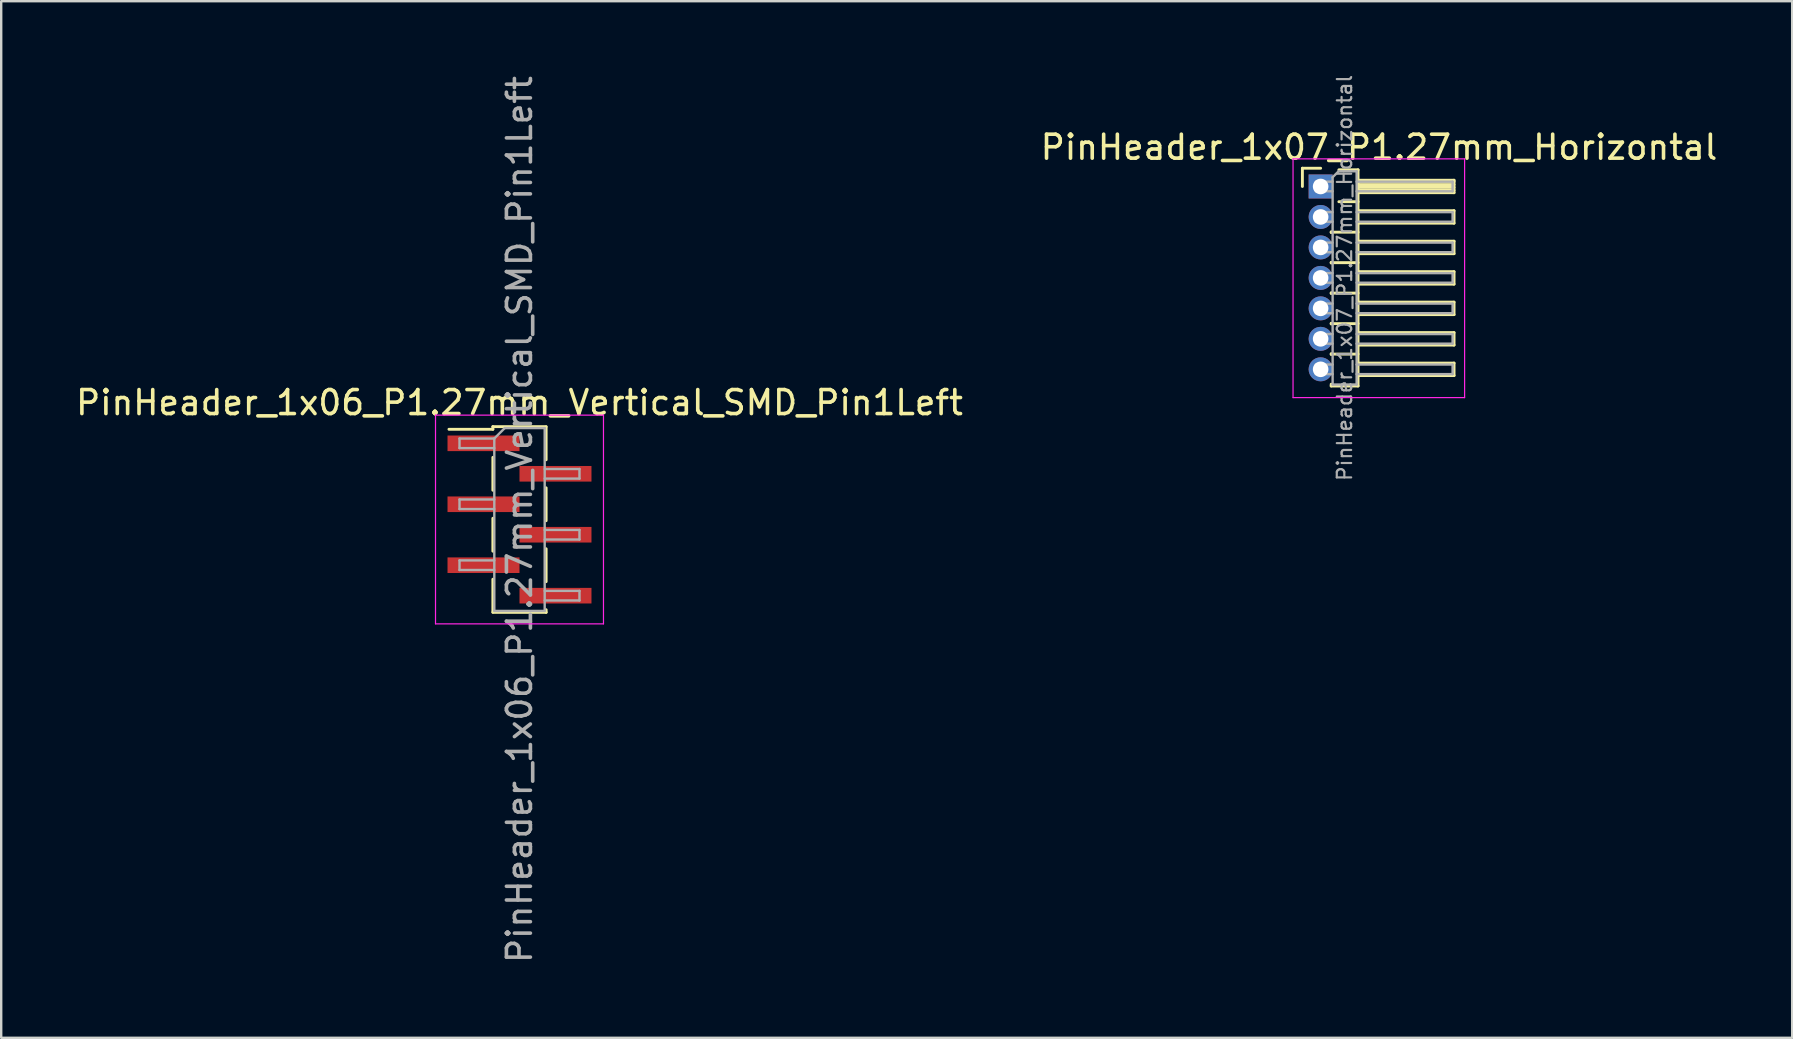
<source format=kicad_pcb>
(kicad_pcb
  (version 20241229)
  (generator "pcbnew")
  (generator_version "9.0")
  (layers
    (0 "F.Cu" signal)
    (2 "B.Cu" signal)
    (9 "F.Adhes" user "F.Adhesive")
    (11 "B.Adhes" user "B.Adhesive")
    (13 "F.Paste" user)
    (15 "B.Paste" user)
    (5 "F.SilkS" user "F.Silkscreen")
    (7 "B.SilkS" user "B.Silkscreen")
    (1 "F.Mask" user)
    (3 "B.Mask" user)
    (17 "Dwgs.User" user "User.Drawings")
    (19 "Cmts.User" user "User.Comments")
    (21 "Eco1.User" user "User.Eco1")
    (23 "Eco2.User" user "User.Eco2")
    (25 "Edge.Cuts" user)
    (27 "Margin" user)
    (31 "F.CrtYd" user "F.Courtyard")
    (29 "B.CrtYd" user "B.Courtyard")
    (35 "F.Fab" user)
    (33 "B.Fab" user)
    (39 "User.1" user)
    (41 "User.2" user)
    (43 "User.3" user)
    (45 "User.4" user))
  (footprint "PinHeader_1x06_P1.27mm_Vertical_SMD_Pin1Left"
    (layer "F.Cu")
    (at 18.601 18.601)
    (property "Reference" "PinHeader_1x06_P1.27mm_Vertical_SMD_Pin1Left" (at 0 -4.87 0) (layer "F.SilkS") (effects (font (size 1 1) (thickness 0.15))))
    (attr smd)
    (fp_line (start -1.11 -3.87) (end -1.11 -3.76) (stroke (width 0.12) (type solid)) (layer "F.SilkS"))
    (fp_line (start -1.11 -3.87) (end 1.11 -3.87) (stroke (width 0.12) (type solid)) (layer "F.SilkS"))
    (fp_line (start -1.11 -3.76) (end -2.94 -3.76) (stroke (width 0.12) (type solid)) (layer "F.SilkS"))
    (fp_line (start -1.11 -2.59) (end -1.11 -1.22) (stroke (width 0.12) (type solid)) (layer "F.SilkS"))
    (fp_line (start -1.11 -0.05) (end -1.11 1.32) (stroke (width 0.12) (type solid)) (layer "F.SilkS"))
    (fp_line (start -1.11 2.49) (end -1.11 3.86) (stroke (width 0.12) (type solid)) (layer "F.SilkS"))
    (fp_line (start -1.11 3.87) (end 1.11 3.87) (stroke (width 0.12) (type solid)) (layer "F.SilkS"))
    (fp_line (start 1.11 -3.86) (end 1.11 -2.49) (stroke (width 0.12) (type solid)) (layer "F.SilkS"))
    (fp_line (start 1.11 -1.32) (end 1.11 0.05) (stroke (width 0.12) (type solid)) (layer "F.SilkS"))
    (fp_line (start 1.11 1.22) (end 1.11 2.59) (stroke (width 0.12) (type solid)) (layer "F.SilkS"))
    (fp_line (start 1.11 3.76) (end 1.11 3.87) (stroke (width 0.12) (type solid)) (layer "F.SilkS"))
    (fp_line (start -3.5 -4.35) (end -3.5 4.35) (stroke (width 0.05) (type solid)) (layer "F.CrtYd"))
    (fp_line (start -3.5 4.35) (end 3.5 4.35) (stroke (width 0.05) (type solid)) (layer "F.CrtYd"))
    (fp_line (start 3.5 -4.35) (end -3.5 -4.35) (stroke (width 0.05) (type solid)) (layer "F.CrtYd"))
    (fp_line (start 3.5 4.35) (end 3.5 -4.35) (stroke (width 0.05) (type solid)) (layer "F.CrtYd"))
    (fp_line (start -2.5 -3.375) (end -2.5 -2.975) (stroke (width 0.1) (type solid)) (layer "F.Fab"))
    (fp_line (start -2.5 -2.975) (end -1.05 -2.975) (stroke (width 0.1) (type solid)) (layer "F.Fab"))
    (fp_line (start -2.5 -0.835) (end -2.5 -0.435) (stroke (width 0.1) (type solid)) (layer "F.Fab"))
    (fp_line (start -2.5 -0.435) (end -1.05 -0.435) (stroke (width 0.1) (type solid)) (layer "F.Fab"))
    (fp_line (start -2.5 1.705) (end -2.5 2.105) (stroke (width 0.1) (type solid)) (layer "F.Fab"))
    (fp_line (start -2.5 2.105) (end -1.05 2.105) (stroke (width 0.1) (type solid)) (layer "F.Fab"))
    (fp_line (start -1.05 -3.375) (end -2.5 -3.375) (stroke (width 0.1) (type solid)) (layer "F.Fab"))
    (fp_line (start -1.05 -3.375) (end -0.615 -3.81) (stroke (width 0.1) (type solid)) (layer "F.Fab"))
    (fp_line (start -1.05 -0.835) (end -2.5 -0.835) (stroke (width 0.1) (type solid)) (layer "F.Fab"))
    (fp_line (start -1.05 1.705) (end -2.5 1.705) (stroke (width 0.1) (type solid)) (layer "F.Fab"))
    (fp_line (start -1.05 3.81) (end -1.05 -3.375) (stroke (width 0.1) (type solid)) (layer "F.Fab"))
    (fp_line (start -0.615 -3.81) (end 1.05 -3.81) (stroke (width 0.1) (type solid)) (layer "F.Fab"))
    (fp_line (start 1.05 -3.81) (end 1.05 3.81) (stroke (width 0.1) (type solid)) (layer "F.Fab"))
    (fp_line (start 1.05 -2.105) (end 2.5 -2.105) (stroke (width 0.1) (type solid)) (layer "F.Fab"))
    (fp_line (start 1.05 0.435) (end 2.5 0.435) (stroke (width 0.1) (type solid)) (layer "F.Fab"))
    (fp_line (start 1.05 2.975) (end 2.5 2.975) (stroke (width 0.1) (type solid)) (layer "F.Fab"))
    (fp_line (start 1.05 3.81) (end -1.05 3.81) (stroke (width 0.1) (type solid)) (layer "F.Fab"))
    (fp_line (start 2.5 -2.105) (end 2.5 -1.705) (stroke (width 0.1) (type solid)) (layer "F.Fab"))
    (fp_line (start 2.5 -1.705) (end 1.05 -1.705) (stroke (width 0.1) (type solid)) (layer "F.Fab"))
    (fp_line (start 2.5 0.435) (end 2.5 0.835) (stroke (width 0.1) (type solid)) (layer "F.Fab"))
    (fp_line (start 2.5 0.835) (end 1.05 0.835) (stroke (width 0.1) (type solid)) (layer "F.Fab"))
    (fp_line (start 2.5 2.975) (end 2.5 3.375) (stroke (width 0.1) (type solid)) (layer "F.Fab"))
    (fp_line (start 2.5 3.375) (end 1.05 3.375) (stroke (width 0.1) (type solid)) (layer "F.Fab"))
    (fp_text user "${REFERENCE}" (at 0 0 90) (layer "F.Fab") (effects (font (size 1 1) (thickness 0.15))))
    (pad "1" smd rect (at -1.5 -3.175) (size 3 0.65) (layers "F.Cu" "F.Mask" "F.Paste"))
    (pad "2" smd rect (at 1.5 -1.905) (size 3 0.65) (layers "F.Cu" "F.Mask" "F.Paste"))
    (pad "3" smd rect (at -1.5 -0.635) (size 3 0.65) (layers "F.Cu" "F.Mask" "F.Paste"))
    (pad "4" smd rect (at 1.5 0.635) (size 3 0.65) (layers "F.Cu" "F.Mask" "F.Paste"))
    (pad "5" smd rect (at -1.5 1.905) (size 3 0.65) (layers "F.Cu" "F.Mask" "F.Paste"))
    (pad "6" smd rect (at 1.5 3.175) (size 3 0.65) (layers "F.Cu" "F.Mask" "F.Paste")))
  (footprint "PinHeader_1x07_P1.27mm_Horizontal"
    (layer "F.Cu")
    (at 51.99 4.722)
    (property "Reference" "PinHeader_1x07_P1.27mm_Horizontal" (at 2.433 -1.635 0) (layer "F.SilkS") (effects (font (size 1 1) (thickness 0.15))))
    (attr through_hole)
    (fp_line (start -0.76 -0.76) (end 0 -0.76) (stroke (width 0.12) (type solid)) (layer "F.SilkS"))
    (fp_line (start -0.76 0) (end -0.76 -0.76) (stroke (width 0.12) (type solid)) (layer "F.SilkS"))
    (fp_line (start 0.44 1.89) (end 0.44 1.92) (stroke (width 0.12) (type solid)) (layer "F.SilkS"))
    (fp_line (start 0.44 1.905) (end 1.56 1.905) (stroke (width 0.12) (type solid)) (layer "F.SilkS"))
    (fp_line (start 0.44 3.16) (end 0.44 3.19) (stroke (width 0.12) (type solid)) (layer "F.SilkS"))
    (fp_line (start 0.44 3.175) (end 1.56 3.175) (stroke (width 0.12) (type solid)) (layer "F.SilkS"))
    (fp_line (start 0.44 4.43) (end 0.44 4.46) (stroke (width 0.12) (type solid)) (layer "F.SilkS"))
    (fp_line (start 0.44 4.445) (end 1.56 4.445) (stroke (width 0.12) (type solid)) (layer "F.SilkS"))
    (fp_line (start 0.44 5.7) (end 0.44 5.73) (stroke (width 0.12) (type solid)) (layer "F.SilkS"))
    (fp_line (start 0.44 5.715) (end 1.56 5.715) (stroke (width 0.12) (type solid)) (layer "F.SilkS"))
    (fp_line (start 0.44 6.97) (end 0.44 7) (stroke (width 0.12) (type solid)) (layer "F.SilkS"))
    (fp_line (start 0.44 6.985) (end 1.56 6.985) (stroke (width 0.12) (type solid)) (layer "F.SilkS"))
    (fp_line (start 0.44 8.315) (end 0.44 8.24) (stroke (width 0.12) (type solid)) (layer "F.SilkS"))
    (fp_line (start 0.76 -0.695) (end 1.56 -0.695) (stroke (width 0.12) (type solid)) (layer "F.SilkS"))
    (fp_line (start 0.76 0.635) (end 1.56 0.635) (stroke (width 0.12) (type solid)) (layer "F.SilkS"))
    (fp_line (start 1.56 -0.695) (end 1.56 8.315) (stroke (width 0.12) (type solid)) (layer "F.SilkS"))
    (fp_line (start 1.56 -0.26) (end 5.56 -0.26) (stroke (width 0.12) (type solid)) (layer "F.SilkS"))
    (fp_line (start 1.56 -0.2) (end 5.56 -0.2) (stroke (width 0.12) (type solid)) (layer "F.SilkS"))
    (fp_line (start 1.56 -0.08) (end 5.56 -0.08) (stroke (width 0.12) (type solid)) (layer "F.SilkS"))
    (fp_line (start 1.56 0.04) (end 5.56 0.04) (stroke (width 0.12) (type solid)) (layer "F.SilkS"))
    (fp_line (start 1.56 0.16) (end 5.56 0.16) (stroke (width 0.12) (type solid)) (layer "F.SilkS"))
    (fp_line (start 1.56 1.01) (end 5.56 1.01) (stroke (width 0.12) (type solid)) (layer "F.SilkS"))
    (fp_line (start 1.56 2.28) (end 5.56 2.28) (stroke (width 0.12) (type solid)) (layer "F.SilkS"))
    (fp_line (start 1.56 3.55) (end 5.56 3.55) (stroke (width 0.12) (type solid)) (layer "F.SilkS"))
    (fp_line (start 1.56 4.82) (end 5.56 4.82) (stroke (width 0.12) (type solid)) (layer "F.SilkS"))
    (fp_line (start 1.56 6.09) (end 5.56 6.09) (stroke (width 0.12) (type solid)) (layer "F.SilkS"))
    (fp_line (start 1.56 7.36) (end 5.56 7.36) (stroke (width 0.12) (type solid)) (layer "F.SilkS"))
    (fp_line (start 1.56 8.315) (end 0.44 8.315) (stroke (width 0.12) (type solid)) (layer "F.SilkS"))
    (fp_line (start 5.56 -0.26) (end 5.56 0.26) (stroke (width 0.12) (type solid)) (layer "F.SilkS"))
    (fp_line (start 5.56 0.26) (end 1.56 0.26) (stroke (width 0.12) (type solid)) (layer "F.SilkS"))
    (fp_line (start 5.56 1.01) (end 5.56 1.53) (stroke (width 0.12) (type solid)) (layer "F.SilkS"))
    (fp_line (start 5.56 1.53) (end 1.56 1.53) (stroke (width 0.12) (type solid)) (layer "F.SilkS"))
    (fp_line (start 5.56 2.28) (end 5.56 2.8) (stroke (width 0.12) (type solid)) (layer "F.SilkS"))
    (fp_line (start 5.56 2.8) (end 1.56 2.8) (stroke (width 0.12) (type solid)) (layer "F.SilkS"))
    (fp_line (start 5.56 3.55) (end 5.56 4.07) (stroke (width 0.12) (type solid)) (layer "F.SilkS"))
    (fp_line (start 5.56 4.07) (end 1.56 4.07) (stroke (width 0.12) (type solid)) (layer "F.SilkS"))
    (fp_line (start 5.56 4.82) (end 5.56 5.34) (stroke (width 0.12) (type solid)) (layer "F.SilkS"))
    (fp_line (start 5.56 5.34) (end 1.56 5.34) (stroke (width 0.12) (type solid)) (layer "F.SilkS"))
    (fp_line (start 5.56 6.09) (end 5.56 6.61) (stroke (width 0.12) (type solid)) (layer "F.SilkS"))
    (fp_line (start 5.56 6.61) (end 1.56 6.61) (stroke (width 0.12) (type solid)) (layer "F.SilkS"))
    (fp_line (start 5.56 7.36) (end 5.56 7.88) (stroke (width 0.12) (type solid)) (layer "F.SilkS"))
    (fp_line (start 5.56 7.88) (end 1.56 7.88) (stroke (width 0.12) (type solid)) (layer "F.SilkS"))
    (fp_line (start -1.15 -1.15) (end -1.15 8.8) (stroke (width 0.05) (type solid)) (layer "F.CrtYd"))
    (fp_line (start -1.15 8.8) (end 6 8.8) (stroke (width 0.05) (type solid)) (layer "F.CrtYd"))
    (fp_line (start 6 -1.15) (end -1.15 -1.15) (stroke (width 0.05) (type solid)) (layer "F.CrtYd"))
    (fp_line (start 6 8.8) (end 6 -1.15) (stroke (width 0.05) (type solid)) (layer "F.CrtYd"))
    (fp_line (start -0.2 -0.2) (end -0.2 0.2) (stroke (width 0.1) (type solid)) (layer "F.Fab"))
    (fp_line (start -0.2 -0.2) (end 0.5 -0.2) (stroke (width 0.1) (type solid)) (layer "F.Fab"))
    (fp_line (start -0.2 0.2) (end 0.5 0.2) (stroke (width 0.1) (type solid)) (layer "F.Fab"))
    (fp_line (start -0.2 1.07) (end -0.2 1.47) (stroke (width 0.1) (type solid)) (layer "F.Fab"))
    (fp_line (start -0.2 1.07) (end 0.5 1.07) (stroke (width 0.1) (type solid)) (layer "F.Fab"))
    (fp_line (start -0.2 1.47) (end 0.5 1.47) (stroke (width 0.1) (type solid)) (layer "F.Fab"))
    (fp_line (start -0.2 2.34) (end -0.2 2.74) (stroke (width 0.1) (type solid)) (layer "F.Fab"))
    (fp_line (start -0.2 2.34) (end 0.5 2.34) (stroke (width 0.1) (type solid)) (layer "F.Fab"))
    (fp_line (start -0.2 2.74) (end 0.5 2.74) (stroke (width 0.1) (type solid)) (layer "F.Fab"))
    (fp_line (start -0.2 3.61) (end -0.2 4.01) (stroke (width 0.1) (type solid)) (layer "F.Fab"))
    (fp_line (start -0.2 3.61) (end 0.5 3.61) (stroke (width 0.1) (type solid)) (layer "F.Fab"))
    (fp_line (start -0.2 4.01) (end 0.5 4.01) (stroke (width 0.1) (type solid)) (layer "F.Fab"))
    (fp_line (start -0.2 4.88) (end -0.2 5.28) (stroke (width 0.1) (type solid)) (layer "F.Fab"))
    (fp_line (start -0.2 4.88) (end 0.5 4.88) (stroke (width 0.1) (type solid)) (layer "F.Fab"))
    (fp_line (start -0.2 5.28) (end 0.5 5.28) (stroke (width 0.1) (type solid)) (layer "F.Fab"))
    (fp_line (start -0.2 6.15) (end -0.2 6.55) (stroke (width 0.1) (type solid)) (layer "F.Fab"))
    (fp_line (start -0.2 6.15) (end 0.5 6.15) (stroke (width 0.1) (type solid)) (layer "F.Fab"))
    (fp_line (start -0.2 6.55) (end 0.5 6.55) (stroke (width 0.1) (type solid)) (layer "F.Fab"))
    (fp_line (start -0.2 7.42) (end -0.2 7.82) (stroke (width 0.1) (type solid)) (layer "F.Fab"))
    (fp_line (start -0.2 7.42) (end 0.5 7.42) (stroke (width 0.1) (type solid)) (layer "F.Fab"))
    (fp_line (start -0.2 7.82) (end 0.5 7.82) (stroke (width 0.1) (type solid)) (layer "F.Fab"))
    (fp_line (start 0.5 -0.385) (end 0.75 -0.635) (stroke (width 0.1) (type solid)) (layer "F.Fab"))
    (fp_line (start 0.5 8.255) (end 0.5 -0.385) (stroke (width 0.1) (type solid)) (layer "F.Fab"))
    (fp_line (start 0.75 -0.635) (end 1.5 -0.635) (stroke (width 0.1) (type solid)) (layer "F.Fab"))
    (fp_line (start 1.5 -0.635) (end 1.5 8.255) (stroke (width 0.1) (type solid)) (layer "F.Fab"))
    (fp_line (start 1.5 -0.2) (end 5.5 -0.2) (stroke (width 0.1) (type solid)) (layer "F.Fab"))
    (fp_line (start 1.5 0.2) (end 5.5 0.2) (stroke (width 0.1) (type solid)) (layer "F.Fab"))
    (fp_line (start 1.5 1.07) (end 5.5 1.07) (stroke (width 0.1) (type solid)) (layer "F.Fab"))
    (fp_line (start 1.5 1.47) (end 5.5 1.47) (stroke (width 0.1) (type solid)) (layer "F.Fab"))
    (fp_line (start 1.5 2.34) (end 5.5 2.34) (stroke (width 0.1) (type solid)) (layer "F.Fab"))
    (fp_line (start 1.5 2.74) (end 5.5 2.74) (stroke (width 0.1) (type solid)) (layer "F.Fab"))
    (fp_line (start 1.5 3.61) (end 5.5 3.61) (stroke (width 0.1) (type solid)) (layer "F.Fab"))
    (fp_line (start 1.5 4.01) (end 5.5 4.01) (stroke (width 0.1) (type solid)) (layer "F.Fab"))
    (fp_line (start 1.5 4.88) (end 5.5 4.88) (stroke (width 0.1) (type solid)) (layer "F.Fab"))
    (fp_line (start 1.5 5.28) (end 5.5 5.28) (stroke (width 0.1) (type solid)) (layer "F.Fab"))
    (fp_line (start 1.5 6.15) (end 5.5 6.15) (stroke (width 0.1) (type solid)) (layer "F.Fab"))
    (fp_line (start 1.5 6.55) (end 5.5 6.55) (stroke (width 0.1) (type solid)) (layer "F.Fab"))
    (fp_line (start 1.5 7.42) (end 5.5 7.42) (stroke (width 0.1) (type solid)) (layer "F.Fab"))
    (fp_line (start 1.5 7.82) (end 5.5 7.82) (stroke (width 0.1) (type solid)) (layer "F.Fab"))
    (fp_line (start 1.5 8.255) (end 0.5 8.255) (stroke (width 0.1) (type solid)) (layer "F.Fab"))
    (fp_line (start 5.5 -0.2) (end 5.5 0.2) (stroke (width 0.1) (type solid)) (layer "F.Fab"))
    (fp_line (start 5.5 1.07) (end 5.5 1.47) (stroke (width 0.1) (type solid)) (layer "F.Fab"))
    (fp_line (start 5.5 2.34) (end 5.5 2.74) (stroke (width 0.1) (type solid)) (layer "F.Fab"))
    (fp_line (start 5.5 3.61) (end 5.5 4.01) (stroke (width 0.1) (type solid)) (layer "F.Fab"))
    (fp_line (start 5.5 4.88) (end 5.5 5.28) (stroke (width 0.1) (type solid)) (layer "F.Fab"))
    (fp_line (start 5.5 6.15) (end 5.5 6.55) (stroke (width 0.1) (type solid)) (layer "F.Fab"))
    (fp_line (start 5.5 7.42) (end 5.5 7.82) (stroke (width 0.1) (type solid)) (layer "F.Fab"))
    (fp_text user "${REFERENCE}" (at 1 3.81 90) (layer "F.Fab") (effects (font (size 0.6 0.6) (thickness 0.09))))
    (pad "1" thru_hole rect (at 0 0) (size 1 1) (drill 0.65) (layers "*.Cu" "*.Mask"))
    (pad "2" thru_hole oval (at 0 1.27) (size 1 1) (drill 0.65) (layers "*.Cu" "*.Mask"))
    (pad "3" thru_hole oval (at 0 2.54) (size 1 1) (drill 0.65) (layers "*.Cu" "*.Mask"))
    (pad "4" thru_hole oval (at 0 3.81) (size 1 1) (drill 0.65) (layers "*.Cu" "*.Mask"))
    (pad "5" thru_hole oval (at 0 5.08) (size 1 1) (drill 0.65) (layers "*.Cu" "*.Mask"))
    (pad "6" thru_hole oval (at 0 6.35) (size 1 1) (drill 0.65) (layers "*.Cu" "*.Mask"))
    (pad "7" thru_hole oval (at 0 7.62) (size 1 1) (drill 0.65) (layers "*.Cu" "*.Mask")))
  (gr_rect
    (start -3 -3)
    (end 71.643 40.202)
    (stroke (width 0.1) (type default))
    (fill no)
    (layer "Edge.Cuts")))
</source>
